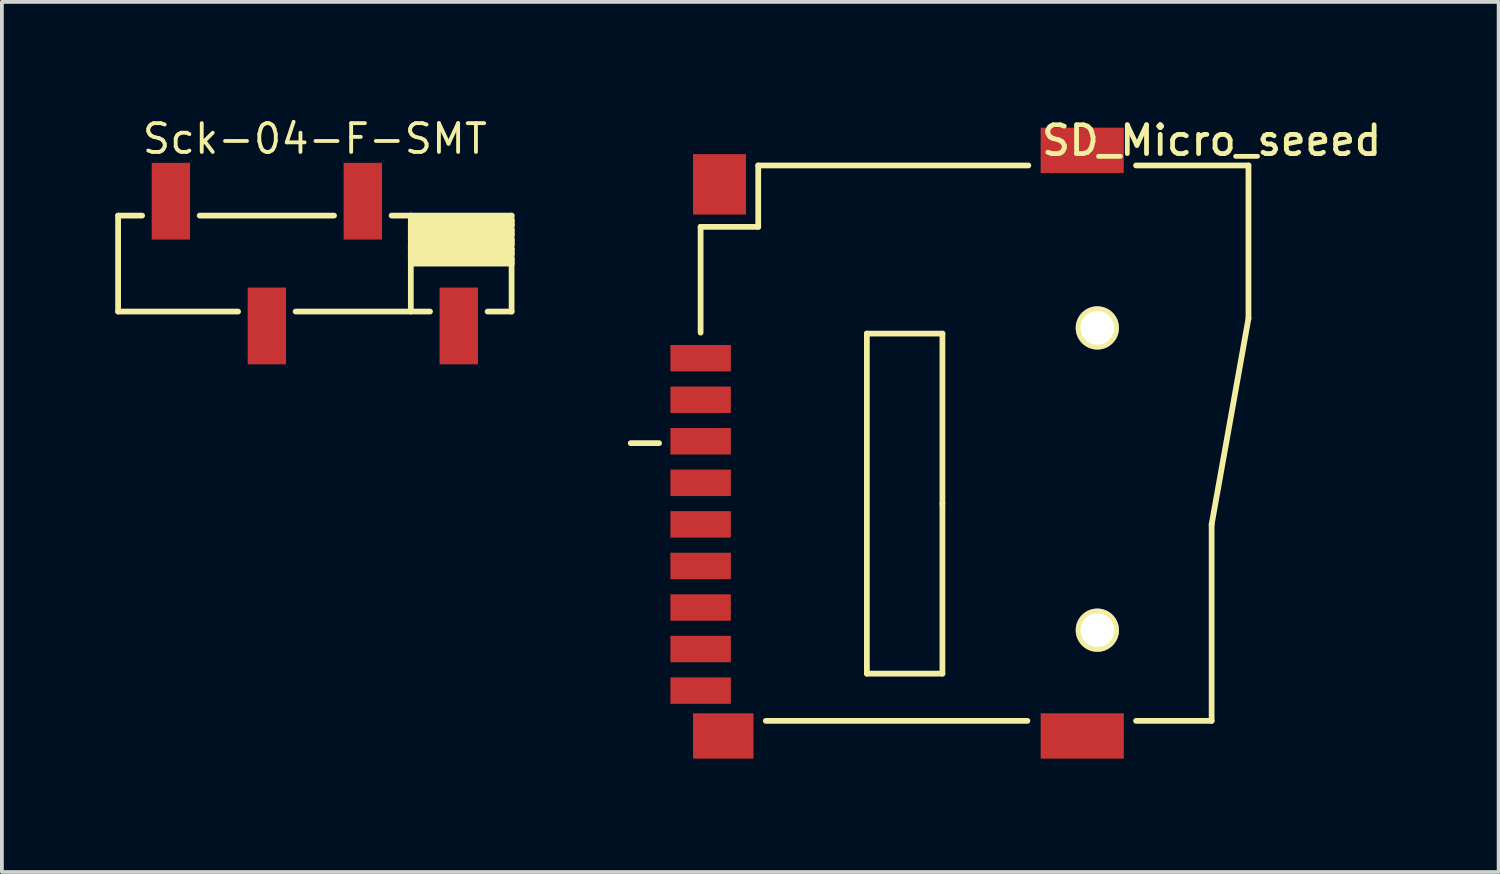
<source format=kicad_pcb>
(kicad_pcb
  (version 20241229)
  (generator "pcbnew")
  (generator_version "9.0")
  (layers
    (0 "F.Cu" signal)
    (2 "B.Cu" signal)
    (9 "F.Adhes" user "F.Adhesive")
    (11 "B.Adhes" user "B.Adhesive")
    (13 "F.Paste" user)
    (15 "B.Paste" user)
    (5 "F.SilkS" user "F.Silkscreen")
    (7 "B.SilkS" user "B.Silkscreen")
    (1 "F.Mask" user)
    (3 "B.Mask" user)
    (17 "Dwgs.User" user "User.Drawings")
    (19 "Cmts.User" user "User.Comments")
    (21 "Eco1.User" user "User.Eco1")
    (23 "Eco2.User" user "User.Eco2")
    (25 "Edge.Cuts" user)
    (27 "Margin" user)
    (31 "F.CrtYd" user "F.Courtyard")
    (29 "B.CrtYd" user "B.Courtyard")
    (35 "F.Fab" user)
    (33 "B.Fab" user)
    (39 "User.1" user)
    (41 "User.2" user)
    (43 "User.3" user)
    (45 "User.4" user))
  (footprint "Sck-04-F-SMT"
    (layer "F.Cu")
    (at 5.283 3.926)
    (property "Reference" "Sck-04-F-SMT" (at 0 -3.302 0) (layer "F.SilkS") (effects (font (size 0.762 0.762) (thickness 0.102))))
    (attr smd)
    (fp_line (start -5.207 -1.27) (end -5.207 1.27) (stroke (width 0.152) (type solid)) (layer "F.SilkS"))
    (fp_line (start -5.207 1.27) (end -2.032 1.27) (stroke (width 0.152) (type solid)) (layer "F.SilkS"))
    (fp_line (start -4.572 -1.27) (end -5.207 -1.27) (stroke (width 0.152) (type solid)) (layer "F.SilkS"))
    (fp_line (start 0.508 -1.27) (end -3.048 -1.27) (stroke (width 0.152) (type solid)) (layer "F.SilkS"))
    (fp_line (start 2.54 -1.016) (end 5.207 -1.016) (stroke (width 0.152) (type solid)) (layer "F.SilkS"))
    (fp_line (start 2.54 -0.889) (end 2.54 -1.016) (stroke (width 0.152) (type solid)) (layer "F.SilkS"))
    (fp_line (start 2.54 -0.762) (end 5.207 -0.762) (stroke (width 0.152) (type solid)) (layer "F.SilkS"))
    (fp_line (start 2.54 -0.635) (end 2.54 -0.762) (stroke (width 0.152) (type solid)) (layer "F.SilkS"))
    (fp_line (start 2.54 -0.508) (end 5.207 -0.508) (stroke (width 0.152) (type solid)) (layer "F.SilkS"))
    (fp_line (start 2.54 -0.381) (end 2.54 -0.508) (stroke (width 0.152) (type solid)) (layer "F.SilkS"))
    (fp_line (start 2.54 -0.254) (end 5.207 -0.254) (stroke (width 0.152) (type solid)) (layer "F.SilkS"))
    (fp_line (start 2.54 -0.127) (end 2.54 -0.254) (stroke (width 0.152) (type solid)) (layer "F.SilkS"))
    (fp_line (start 2.54 0) (end 5.207 0) (stroke (width 0.152) (type solid)) (layer "F.SilkS"))
    (fp_line (start 2.54 1.27) (end 2.54 -1.27) (stroke (width 0.152) (type solid)) (layer "F.SilkS"))
    (fp_line (start 3.048 1.27) (end -0.508 1.27) (stroke (width 0.152) (type solid)) (layer "F.SilkS"))
    (fp_line (start 5.207 -1.27) (end 2.032 -1.27) (stroke (width 0.152) (type solid)) (layer "F.SilkS"))
    (fp_line (start 5.207 -1.143) (end 2.54 -1.143) (stroke (width 0.152) (type solid)) (layer "F.SilkS"))
    (fp_line (start 5.207 -1.016) (end 5.207 -1.143) (stroke (width 0.152) (type solid)) (layer "F.SilkS"))
    (fp_line (start 5.207 -0.889) (end 2.54 -0.889) (stroke (width 0.152) (type solid)) (layer "F.SilkS"))
    (fp_line (start 5.207 -0.762) (end 5.207 -0.889) (stroke (width 0.152) (type solid)) (layer "F.SilkS"))
    (fp_line (start 5.207 -0.635) (end 2.54 -0.635) (stroke (width 0.152) (type solid)) (layer "F.SilkS"))
    (fp_line (start 5.207 -0.508) (end 5.207 -0.635) (stroke (width 0.152) (type solid)) (layer "F.SilkS"))
    (fp_line (start 5.207 -0.381) (end 2.54 -0.381) (stroke (width 0.152) (type solid)) (layer "F.SilkS"))
    (fp_line (start 5.207 -0.254) (end 5.207 -0.381) (stroke (width 0.152) (type solid)) (layer "F.SilkS"))
    (fp_line (start 5.207 -0.127) (end 2.54 -0.127) (stroke (width 0.152) (type solid)) (layer "F.SilkS"))
    (fp_line (start 5.207 0) (end 5.207 -0.127) (stroke (width 0.152) (type solid)) (layer "F.SilkS"))
    (fp_line (start 5.207 1.27) (end 4.572 1.27) (stroke (width 0.152) (type solid)) (layer "F.SilkS"))
    (fp_line (start 5.207 1.27) (end 5.207 -1.27) (stroke (width 0.152) (type solid)) (layer "F.SilkS"))
    (pad "1" smd rect (at 3.81 1.651) (size 1.016 2.032) (layers "F.Cu" "F.Mask" "F.Paste"))
    (pad "2" smd rect (at 1.27 -1.651) (size 1.016 2.032) (layers "F.Cu" "F.Mask" "F.Paste"))
    (pad "3" smd rect (at -1.27 1.651) (size 1.016 2.032) (layers "F.Cu" "F.Mask" "F.Paste"))
    (pad "4" smd rect (at -3.81 -1.651) (size 1.016 2.032) (layers "F.Cu" "F.Mask" "F.Paste")))
  (footprint "SD_Micro_seeed"
    (layer "F.Cu")
    (at 15.493 10.829)
    (property "Reference" "SD_Micro_seeed" (at 13.525 -10.16 0) (layer "F.SilkS") (effects (font (size 0.762 0.762) (thickness 0.127))))
    (attr smd)
    (fp_line (start -1.1 -2.15) (end -1.85 -2.15) (stroke (width 0.152) (type solid)) (layer "F.SilkS"))
    (fp_line (start 0 -7.875) (end 0 -5.075) (stroke (width 0.152) (type solid)) (layer "F.SilkS"))
    (fp_line (start 1.525 -9.5) (end 1.525 -7.875) (stroke (width 0.152) (type solid)) (layer "F.SilkS"))
    (fp_line (start 1.525 -7.875) (end 0 -7.875) (stroke (width 0.152) (type solid)) (layer "F.SilkS"))
    (fp_line (start 4.4 -5.05) (end 4.4 3.95) (stroke (width 0.152) (type solid)) (layer "F.SilkS"))
    (fp_line (start 4.4 3.95) (end 6.4 3.95) (stroke (width 0.152) (type solid)) (layer "F.SilkS"))
    (fp_line (start 6.4 -5.05) (end 4.4 -5.05) (stroke (width 0.152) (type solid)) (layer "F.SilkS"))
    (fp_line (start 6.4 -0.55) (end 6.4 -5.05) (stroke (width 0.152) (type solid)) (layer "F.SilkS"))
    (fp_line (start 6.4 3.95) (end 6.4 -0.55) (stroke (width 0.152) (type solid)) (layer "F.SilkS"))
    (fp_line (start 8.65 5.2) (end 1.725 5.2) (stroke (width 0.152) (type solid)) (layer "F.SilkS"))
    (fp_line (start 8.675 -9.5) (end 1.525 -9.5) (stroke (width 0.152) (type solid)) (layer "F.SilkS"))
    (fp_line (start 11.525 5.2) (end 13.525 5.2) (stroke (width 0.152) (type solid)) (layer "F.SilkS"))
    (fp_line (start 13.525 0) (end 14.5 -5.45) (stroke (width 0.152) (type solid)) (layer "F.SilkS"))
    (fp_line (start 13.525 5.2) (end 13.525 0) (stroke (width 0.152) (type solid)) (layer "F.SilkS"))
    (fp_line (start 14.5 -9.5) (end 11.525 -9.5) (stroke (width 0.152) (type solid)) (layer "F.SilkS"))
    (fp_line (start 14.5 -9.5) (end 14.5 -5.45) (stroke (width 0.152) (type solid)) (layer "F.SilkS"))
    (pad "1" smd rect (at 0 -4.399) (size 1.6 0.7) (layers "F.Cu" "F.Mask" "F.Paste"))
    (pad "2" smd rect (at 0 -3.299) (size 1.6 0.7) (layers "F.Cu" "F.Mask" "F.Paste"))
    (pad "3" smd rect (at 0 -2.2) (size 1.6 0.7) (layers "F.Cu" "F.Mask" "F.Paste"))
    (pad "4" smd rect (at 0 -1.1) (size 1.6 0.7) (layers "F.Cu" "F.Mask" "F.Paste"))
    (pad "5" smd rect (at 0 0) (size 1.6 0.7) (layers "F.Cu" "F.Mask" "F.Paste"))
    (pad "6" smd rect (at 0 1.1) (size 1.6 0.7) (layers "F.Cu" "F.Mask" "F.Paste"))
    (pad "7" smd rect (at 0 2.2) (size 1.6 0.7) (layers "F.Cu" "F.Mask" "F.Paste"))
    (pad "8" smd rect (at 0 3.299) (size 1.6 0.7) (layers "F.Cu" "F.Mask" "F.Paste"))
    (pad "9" smd rect (at 0 4.399) (size 1.6 0.7) (layers "F.Cu" "F.Mask" "F.Paste"))
    (pad "G1" smd rect (at 0.6 5.6) (size 1.6 1.2) (layers "F.Cu" "F.Mask" "F.Paste"))
    (pad "G2" smd rect (at 10.1 5.6) (size 2.2 1.2) (layers "F.Cu" "F.Mask" "F.Paste"))
    (pad "G3" smd rect (at 10.1 -9.9) (size 2.2 1.2) (layers "F.Cu" "F.Mask" "F.Paste"))
    (pad "G4" smd rect (at 0.5 -9) (size 1.4 1.6) (layers "F.Cu" "F.Mask" "F.Paste"))
    (pad "H1" thru_hole circle (at 10.5 2.8) (size 1.143 1.143) (drill 0.889) (layers "*.Cu" "*.Mask" "F.SilkS"))
    (pad "H2" thru_hole circle (at 10.5 -5.2) (size 1.143 1.143) (drill 0.889) (layers "*.Cu" "*.Mask" "F.SilkS")))
  (gr_rect
    (start -3 -3)
    (end 36.614 20.029)
    (stroke (width 0.1) (type default))
    (fill no)
    (layer "Edge.Cuts")))
</source>
